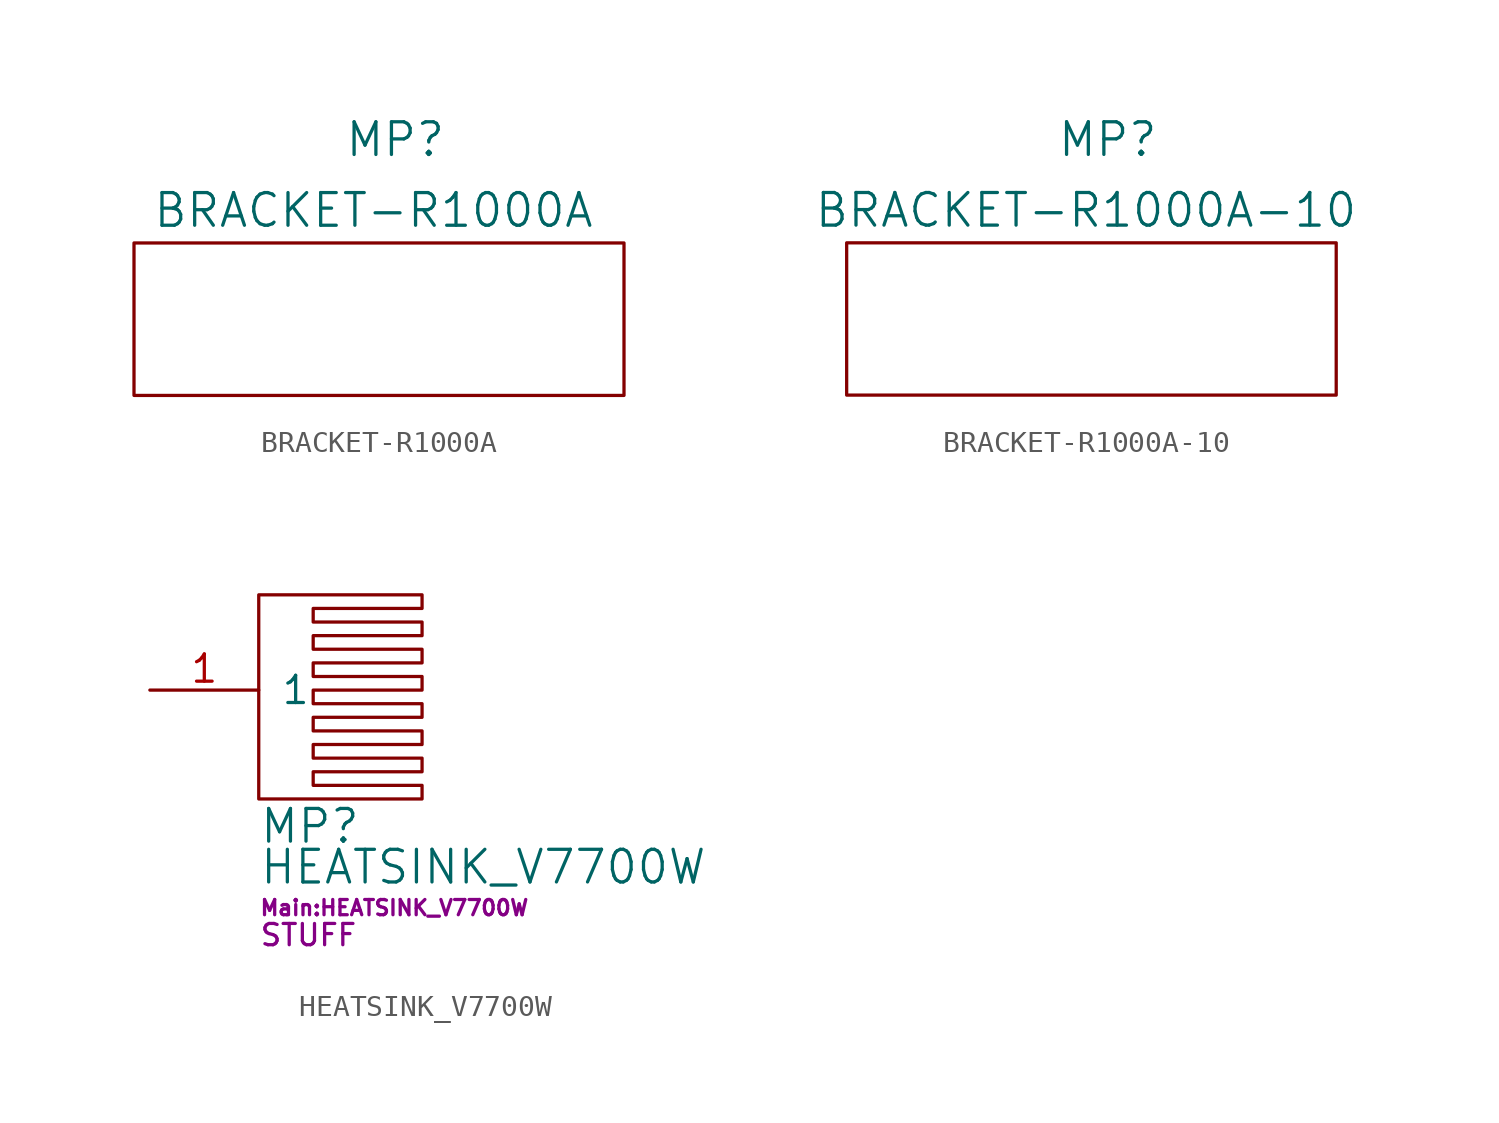
<source format=kicad_sym>
(kicad_symbol_lib
  (version 20211014)
  (generator kicad_symbol_editor)
  (symbol "BRACKET-R1000A"
    (pin_names
      (offset 1.016))
    (property "Reference" "MP"
      (at 0.508 8.382 0)
      (effects (font (size 1.524 1.524))))
    (property "Value" "BRACKET-R1000A"
      (at -0.508 5.08 0)
      (effects (font (size 1.524 1.524))))
    (symbol "BRACKET-R1000A_0_1"
      (rectangle (start -11.684 3.556) (end 11.176 -3.556) (stroke (width 0) (type default) (color 0 0 0 0)) (fill (type none)))))
  (symbol "BRACKET-R1000A-10"
    (pin_names
      (offset 1.016))
    (property "Reference" "MP"
      (at 0.508 8.382 0)
      (effects (font (size 1.524 1.524))))
    (property "Value" "BRACKET-R1000A-10"
      (at -0.508 5.08 0)
      (effects (font (size 1.524 1.524))))
    (symbol "BRACKET-R1000A-10_0_1"
      (rectangle (start -11.684 3.556) (end 11.176 -3.556) (stroke (width 0) (type default) (color 0 0 0 0)) (fill (type none)))))
  (symbol "HEATSINK_V7700W"
    (pin_names
      (offset 1.016))
    (property "Reference" "MP"
      (at 0 -6.35 0)
      (effects (font (size 1.524 1.524)) (justify left)))
    (property "Value" "HEATSINK_V7700W"
      (at 0 -8.255 0)
      (effects (font (size 1.524 1.524)) (justify left)))
    (property "Footprint" "Main:HEATSINK_V7700W"
      (at 0 -10.16 0)
      (effects (font (size 0.711 0.711)) (justify left)))
    (property "Datasheet" ""
      (at 0 0 0)
      (effects (font (size 1.524 1.524))))
    (property "SKU" "STUFF"
      (at 0 -11.43 0)
      (effects (font (size 0.991 0.991)) (justify left)))
    (symbol "HEATSINK_V7700W_0_1"
      (polyline (pts (xy 0 4.445) (xy 7.62 4.445) (xy 7.62 3.81) (xy 2.54 3.81) (xy 2.54 3.175) (xy 7.62 3.175) (xy 7.62 2.54) (xy 2.54 2.54) (xy 2.54 1.905) (xy 7.62 1.905) (xy 7.62 1.27) (xy 2.54 1.27) (xy 2.54 0.635) (xy 7.62 0.635) (xy 7.62 0) (xy 2.54 0) (xy 2.54 -0.635) (xy 7.62 -0.635) (xy 7.62 -1.27) (xy 2.54 -1.27) (xy 2.54 -1.905) (xy 7.62 -1.905) (xy 7.62 -2.54) (xy 2.54 -2.54) (xy 2.54 -3.175) (xy 7.62 -3.175) (xy 7.62 -3.81) (xy 2.54 -3.81) (xy 2.54 -4.445) (xy 7.62 -4.445) (xy 7.62 -5.08) (xy 2.54 -5.08) (xy 0 -5.08) (xy 0 4.445)) (stroke (width 0) (type default) (color 0 0 0 0)) (fill (type none))))
    (symbol "HEATSINK_V7700W_1_1"
      (pin input line (at -5.08 0 0) (length 5.08) (name "1" (effects (font (size 1.27 1.27)))) (number "1" (effects (font (size 1.27 1.27))))))))
</source>
